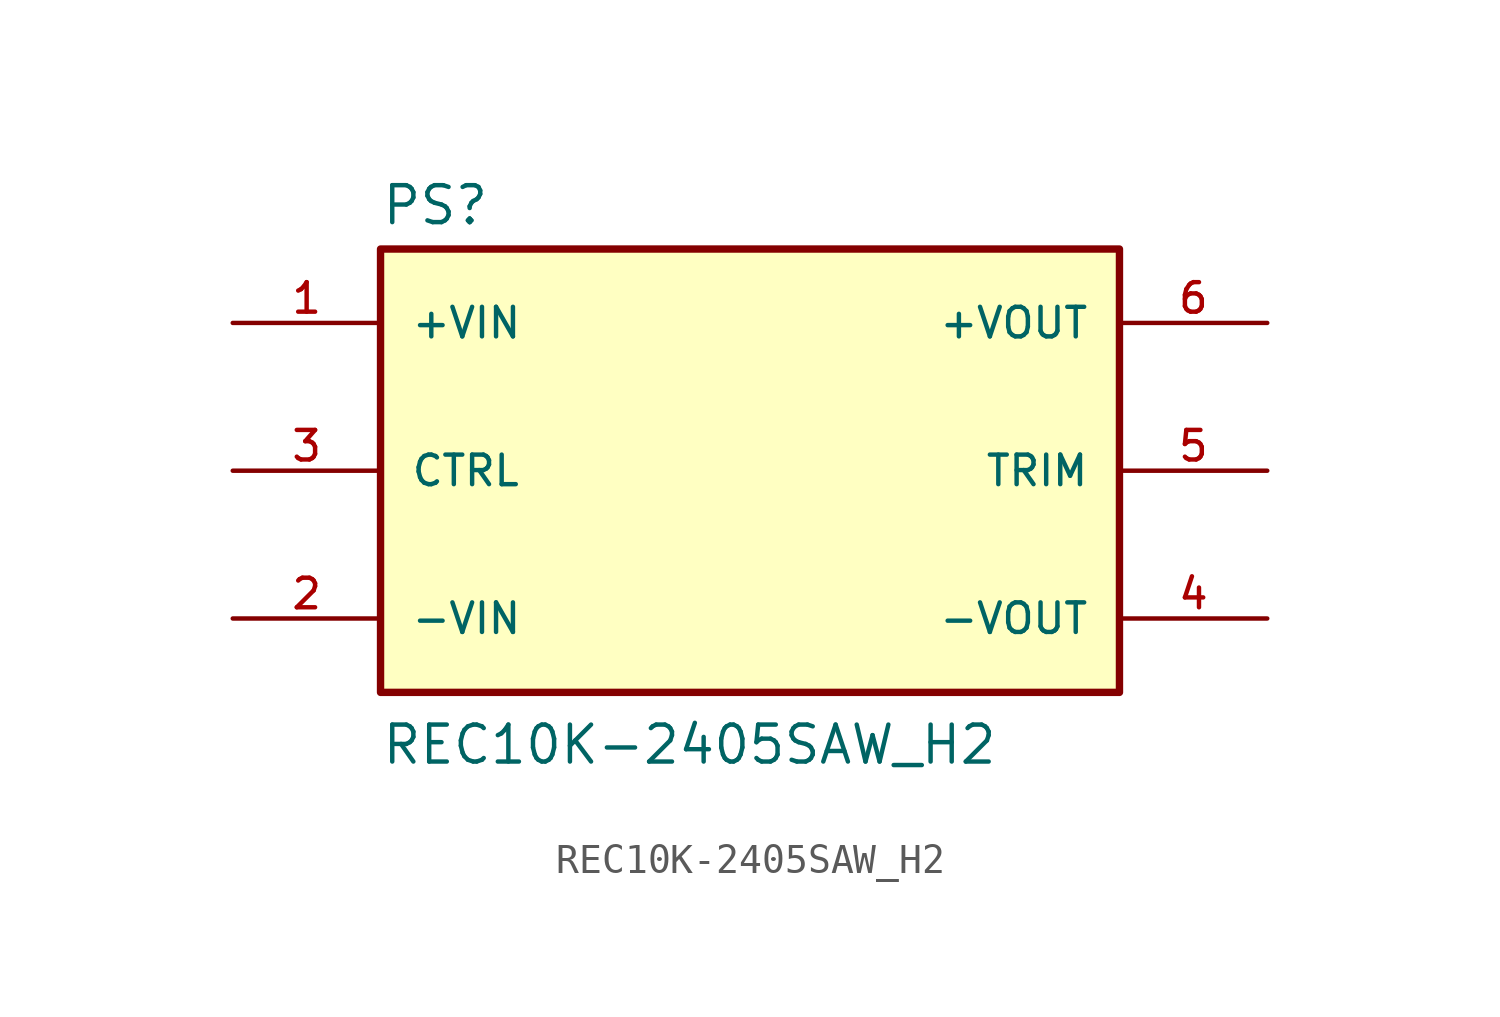
<source format=kicad_sym>
(kicad_symbol_lib
  (version 20211014)
  (generator kicad_symbol_editor)
  (symbol "REC10K-2405SAW_H2"
    (pin_names
      (offset 1.016))
    (property "Reference" "PS"
      (at -12.7 8.382 0)
      (effects (font (size 1.27 1.27)) (justify bottom left)))
    (property "Value" "REC10K-2405SAW_H2"
      (at -12.7 -10.16 0)
      (effects (font (size 1.27 1.27)) (justify bottom left)))
    (symbol "REC10K-2405SAW_H2_0_0"
      (rectangle (start -12.7 -7.62) (end 12.7 7.62) (stroke (width 0.254)) (fill (type background)))
      (pin input line (at -17.78 5.08 0) (length 5.08) (name "+VIN" (effects (font (size 1.016 1.016)))) (number "1" (effects (font (size 1.016 1.016)))))
      (pin input line (at -17.78 -5.08 0) (length 5.08) (name "-VIN" (effects (font (size 1.016 1.016)))) (number "2" (effects (font (size 1.016 1.016)))))
      (pin input line (at -17.78 0.0 0) (length 5.08) (name "CTRL" (effects (font (size 1.016 1.016)))) (number "3" (effects (font (size 1.016 1.016)))))
      (pin output line (at 17.78 -5.08 180.0) (length 5.08) (name "-VOUT" (effects (font (size 1.016 1.016)))) (number "4" (effects (font (size 1.016 1.016)))))
      (pin passive line (at 17.78 0.0 180.0) (length 5.08) (name "TRIM" (effects (font (size 1.016 1.016)))) (number "5" (effects (font (size 1.016 1.016)))))
      (pin output line (at 17.78 5.08 180.0) (length 5.08) (name "+VOUT" (effects (font (size 1.016 1.016)))) (number "6" (effects (font (size 1.016 1.016))))))))
</source>
